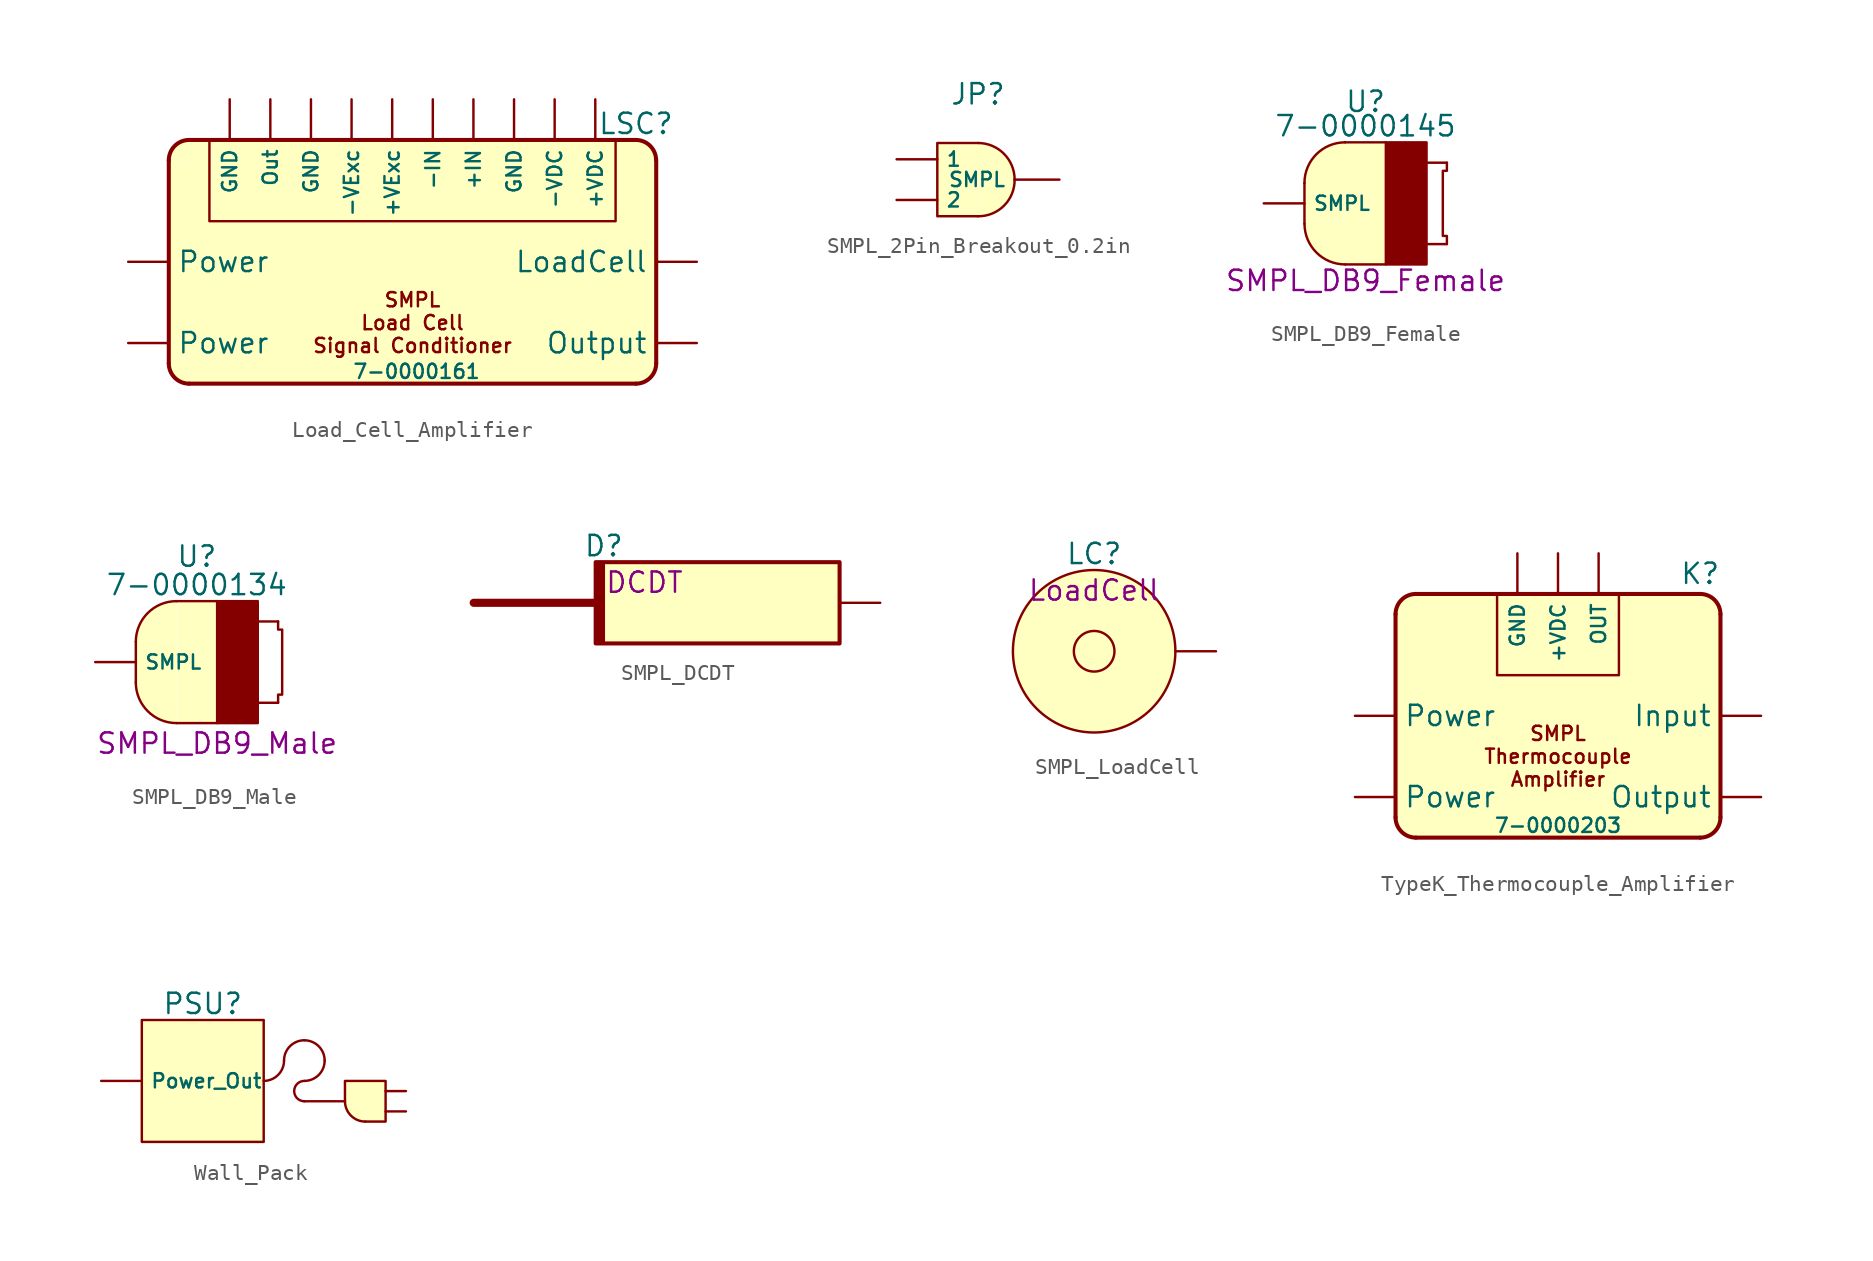
<source format=kicad_sym>
(kicad_symbol_lib
  (version 20231120)
  (generator "kicad_symbol_editor")
  (generator_version "8.0")
  (symbol "Load_Cell_Amplifier"
    (property "Reference" "LSC"
      (at 13.97 8.636 0)
      (effects (font (size 1.27 1.27))))
    (property "Value" "7-0000161"
      (at 0.254 -6.858 0)
      (do_not_autoplace)
      (effects (font (size 0.889 0.889))))
    (symbol "Load_Cell_Amplifier_1_1"
      (arc (start -15.24 -6.35) (mid -14.868 -7.248) (end -13.97 -7.62) (stroke (width 0.254) (type default)) (fill (type background)))
      (rectangle (start -15.24 6.35) (end -13.97 -6.35) (stroke (width -0.0001) (type default) (color 255 255 194 1)) (fill (type background)))
      (arc (start -13.97 7.62) (mid -14.868 7.248) (end -15.24 6.35) (stroke (width 0.254) (type default)) (fill (type background)))
      (rectangle (start -13.97 7.62) (end 13.97 -7.62) (stroke (width -0.0001) (type default) (color 255 255 194 1)) (fill (type background)))
      (polyline (pts (xy -15.24 6.35) (xy -15.24 -6.35)) (stroke (width 0.254) (type default)) (fill (type background)))
      (polyline (pts (xy -13.97 7.62) (xy 13.97 7.62)) (stroke (width 0.254) (type default)) (fill (type background)))
      (polyline (pts (xy 13.97 -7.62) (xy -13.97 -7.62)) (stroke (width 0.254) (type default)) (fill (type none)))
      (polyline (pts (xy 15.24 6.35) (xy 15.24 -6.35)) (stroke (width 0.254) (type default)) (fill (type none)))
      (polyline (pts (xy -12.7 7.62) (xy -12.7 2.54) (xy 12.7 2.54) (xy 12.7 7.62)) (stroke (width 0) (type default)) (fill (type none)))
      (arc (start 13.97 -7.62) (mid 14.868 -7.248) (end 15.24 -6.35) (stroke (width 0.254) (type default)) (fill (type background)))
      (rectangle (start 13.97 6.35) (end 15.24 -6.35) (stroke (width -0.0001) (type default) (color 255 255 194 1)) (fill (type background)))
      (arc (start 15.24 6.35) (mid 14.868 7.248) (end 13.97 7.62) (stroke (width 0.254) (type default)) (fill (type background)))
      (text "SMPL\nLoad Cell\nSignal Conditioner\n" (at 0 -3.81 0) (effects (font (size 0.889 0.889))))
      (pin input line (at 3.81 10.16 270) (length 2.54) (name "+IN" (effects (font (size 0.889 0.889)))) (number "" (effects (font (size 1.27 1.27)))))
      (pin power_in line (at 11.43 10.16 270) (length 2.54) (name "+VDC" (effects (font (size 0.889 0.889)))) (number "" (effects (font (size 1.27 1.27)))))
      (pin output line (at -1.27 10.16 270) (length 2.54) (name "+VExc" (effects (font (size 0.889 0.889)))) (number "" (effects (font (size 1.27 1.27)))))
      (pin input line (at 1.27 10.16 270) (length 2.54) (name "-IN" (effects (font (size 0.889 0.889)))) (number "" (effects (font (size 1.27 1.27)))))
      (pin power_in line (at 8.89 10.16 270) (length 2.54) (name "-VDC" (effects (font (size 0.889 0.889)))) (number "" (effects (font (size 1.27 1.27)))))
      (pin output line (at -3.81 10.16 270) (length 2.54) (name "-VExc" (effects (font (size 0.889 0.889)))) (number "" (effects (font (size 1.27 1.27)))))
      (pin power_in line (at -11.43 10.16 270) (length 2.54) (name "GND" (effects (font (size 0.889 0.889)))) (number "" (effects (font (size 1.27 1.27)))))
      (pin power_in line (at -6.35 10.16 270) (length 2.54) (name "GND" (effects (font (size 0.889 0.889)))) (number "" (effects (font (size 1.27 1.27)))))
      (pin power_in line (at 6.35 10.16 270) (length 2.54) (name "GND" (effects (font (size 0.889 0.889)))) (number "" (effects (font (size 1.27 1.27)))))
      (pin input line (at 17.78 0 180) (length 2.54) (name "LoadCell" (effects (font (size 1.27 1.27)))) (number "" (effects (font (size 1.27 1.27)))))
      (pin output line (at -8.89 10.16 270) (length 2.54) (name "Out" (effects (font (size 0.889 0.889)))) (number "" (effects (font (size 1.27 1.27)))))
      (pin output line (at 17.78 -5.08 180) (length 2.54) (name "Output" (effects (font (size 1.27 1.27)))) (number "" (effects (font (size 1.27 1.27)))))
      (pin power_in line (at -17.78 -5.08 0) (length 2.54) (name "Power" (effects (font (size 1.27 1.27)))) (number "" (effects (font (size 1.27 1.27)))))
      (pin power_in line (at -17.78 0 0) (length 2.54) (name "Power" (effects (font (size 1.27 1.27)))) (number "" (effects (font (size 1.27 1.27)))))))
  (symbol "SMPL_2Pin_Breakout_0.2in"
    (property "Reference" "JP"
      (at 0 5.334 0)
      (effects (font (size 1.27 1.27))))
    (symbol "SMPL_2Pin_Breakout_0.2in_1_1"
      (arc (start -0.0002 -2.2858) (mid 1.6246 -1.6247) (end 2.286 0) (stroke (width 0) (type default)) (fill (type background)))
      (polyline (pts (xy 0 -2.286) (xy -2.54 -2.286) (xy -2.54 2.286) (xy 0 2.286)) (stroke (width 0) (type default)) (fill (type background)))
      (arc (start 2.2858 -0.0002) (mid 1.6164 1.6163) (end 0 2.286) (stroke (width 0) (type default)) (fill (type background)))
      (pin bidirectional line (at -5.08 1.27 0) (length 2.54) (name "1" (effects (font (size 0.889 0.889)))) (number "" (effects (font (size 1.27 1.27)))))
      (pin bidirectional line (at -5.08 -1.27 0) (length 2.54) (name "2" (effects (font (size 0.889 0.889)))) (number "" (effects (font (size 1.27 1.27)))))
      (pin bidirectional line (at 5.08 0 180) (length 2.794) (name "SMPL" (effects (font (size 0.889 0.889)))) (number "" (effects (font (size 1.27 1.27)))))))
  (symbol "SMPL_DB9_Female"
    (property "Reference" "U"
      (at 0 6.35 0)
      (effects (font (size 1.27 1.27))))
    (property "Value" "7-0000145"
      (at 0 4.826 0)
      (effects (font (size 1.27 1.27))))
    (property "Description" "SMPL_DB9_Female"
      (at 0 -4.826 0)
      (effects (font (size 1.27 1.27))))
    (symbol "SMPL_DB9_Female_0_1"
      (polyline (pts (xy -3.81 1.27) (xy -3.81 -1.27)) (stroke (width 0) (type default)) (fill (type none)))
      (polyline (pts (xy 1.27 -3.81) (xy -1.27 -3.81)) (stroke (width 0) (type default)) (fill (type none)))
      (polyline (pts (xy 1.27 3.81) (xy -1.27 3.81)) (stroke (width 0) (type default)) (fill (type none)))
      (rectangle (start 1.27 3.81) (end 1.27 3.81) (stroke (width 0) (type default)) (fill (type none))))
    (symbol "SMPL_DB9_Female_1_1"
      (arc (start -3.81 -1.27) (mid -3.0661 -3.0661) (end -1.27 -3.81) (stroke (width 0) (type default)) (fill (type background)))
      (rectangle (start -3.81 1.27) (end -1.27 -1.27) (stroke (width -0.0001) (type default)) (fill (type background)))
      (arc (start -1.27 3.81) (mid -3.0661 3.0661) (end -3.81 1.27) (stroke (width 0) (type default)) (fill (type background)))
      (rectangle (start -1.27 3.81) (end 1.27 -3.81) (stroke (width -0.0001) (type default)) (fill (type background)))
      (polyline (pts (xy 3.81 -2.54) (xy 5.08 -2.54)) (stroke (width 0) (type default)) (fill (type none)))
      (polyline (pts (xy 3.81 2.54) (xy 5.08 2.54)) (stroke (width 0) (type default)) (fill (type none)))
      (polyline (pts (xy 5.08 -2.54) (xy 5.08 -2.032) (xy 4.826 -2.032) (xy 4.826 2.032) (xy 5.08 2.032) (xy 5.08 2.54)) (stroke (width 0) (type default)) (fill (type none)))
      (rectangle (start 1.27 3.81) (end 3.81 -3.81) (stroke (width 0) (type default)) (fill (type outline)))
      (pin bidirectional line (at -6.35 0 0) (length 2.54) (name "SMPL" (effects (font (size 0.889 0.889)))) (number "" (effects (font (size 1.27 1.27)))))))
  (symbol "SMPL_DB9_Male"
    (property "Reference" "U"
      (at 0 6.604 0)
      (effects (font (size 1.27 1.27))))
    (property "Value" "7-0000134"
      (at 0 4.826 0)
      (effects (font (size 1.27 1.27))))
    (property "Description" "SMPL_DB9_Male"
      (at 1.27 -5.08 0)
      (effects (font (size 1.27 1.27))))
    (symbol "SMPL_DB9_Male_0_1"
      (polyline (pts (xy -3.81 1.27) (xy -3.81 -1.27)) (stroke (width 0) (type default)) (fill (type none)))
      (polyline (pts (xy 1.27 -3.81) (xy -1.27 -3.81)) (stroke (width 0) (type default)) (fill (type none)))
      (polyline (pts (xy 1.27 3.81) (xy -1.27 3.81)) (stroke (width 0) (type default)) (fill (type none)))
      (rectangle (start 1.27 3.81) (end 1.27 3.81) (stroke (width 0) (type default)) (fill (type none))))
    (symbol "SMPL_DB9_Male_1_1"
      (arc (start -3.81 -1.27) (mid -3.0661 -3.0661) (end -1.27 -3.81) (stroke (width 0) (type default)) (fill (type background)))
      (rectangle (start -3.81 1.27) (end -1.27 -1.27) (stroke (width -0.0001) (type default)) (fill (type background)))
      (arc (start -1.27 3.81) (mid -3.0661 3.0661) (end -3.81 1.27) (stroke (width 0) (type default)) (fill (type background)))
      (rectangle (start -1.27 3.81) (end 1.27 -3.81) (stroke (width -0.0001) (type default)) (fill (type background)))
      (polyline (pts (xy 3.81 -2.54) (xy 5.08 -2.54)) (stroke (width 0) (type default)) (fill (type none)))
      (polyline (pts (xy 3.81 2.54) (xy 5.08 2.54)) (stroke (width 0) (type default)) (fill (type none)))
      (polyline (pts (xy 5.08 2.54) (xy 5.08 2.032) (xy 5.334 2.032) (xy 5.334 -2.032) (xy 5.08 -2.032) (xy 5.08 -2.54)) (stroke (width 0) (type default)) (fill (type none)))
      (rectangle (start 1.27 3.81) (end 3.81 -3.81) (stroke (width 0) (type default)) (fill (type outline)))
      (pin bidirectional line (at -6.35 0 0) (length 2.54) (name "SMPL" (effects (font (size 0.889 0.889)))) (number "" (effects (font (size 1.27 1.27)))))))
  (symbol "SMPL_DCDT"
    (property "Reference" "D"
      (at -7.112 3.556 0)
      (effects (font (size 1.27 1.27))))
    (property "Description" "DCDT"
      (at -4.572 1.27 0)
      (effects (font (size 1.27 1.27))))
    (symbol "SMPL_DCDT_1_1"
      (rectangle (start -7.62 2.54) (end -7.112 -2.54) (stroke (width 0) (type default)) (fill (type outline)))
      (rectangle (start -7.62 2.54) (end 7.62 -2.54) (stroke (width 0.254) (type default)) (fill (type background)))
      (polyline (pts (xy -7.62 0) (xy -15.24 0)) (stroke (width 0.508) (type default)) (fill (type none)))
      (pin power_out line (at 10.16 0 180) (length 2.54) (name "" (effects (font (size 0.889 0.889)))) (number "" (effects (font (size 1.27 1.27)))))))
  (symbol "SMPL_LoadCell"
    (property "Reference" "LC"
      (at 0 6.096 0)
      (effects (font (size 1.27 1.27))))
    (property "Description" "LoadCell"
      (at 0 3.81 0)
      (effects (font (size 1.27 1.27))))
    (symbol "SMPL_LoadCell_1_1"
      (circle (center 0 0) (radius 1.27) (stroke (width 0) (type default)) (fill (type background)))
      (circle (center 0 0) (radius 5.08) (stroke (width 0) (type default)) (fill (type background)))
      (pin power_out line (at 7.62 0 180) (length 2.54) (name "" (effects (font (size 0.889 0.889)))) (number "" (effects (font (size 1.27 1.27)))))))
  (symbol "TypeK_Thermocouple_Amplifier"
    (property "Reference" "K"
      (at 8.89 8.89 0)
      (effects (font (size 1.27 1.27))))
    (property "Value" "7-0000203"
      (at 0 -6.858 0)
      (effects (font (size 0.889 0.889))))
    (symbol "TypeK_Thermocouple_Amplifier_0_1"
      (rectangle (start 10.16 1.27) (end 10.16 1.27) (stroke (width 0) (type default)) (fill (type none))))
    (symbol "TypeK_Thermocouple_Amplifier_1_1"
      (arc (start -10.16 -6.35) (mid -9.788 -7.248) (end -8.89 -7.62) (stroke (width 0.254) (type default)) (fill (type background)))
      (rectangle (start -10.16 6.35) (end -8.89 -6.35) (stroke (width -0.0001) (type default) (color 255 255 194 1)) (fill (type background)))
      (arc (start -8.89 7.62) (mid -9.788 7.248) (end -10.16 6.35) (stroke (width 0.254) (type default)) (fill (type background)))
      (rectangle (start -8.89 7.62) (end 8.89 -7.62) (stroke (width -0.0001) (type default)) (fill (type background)))
      (polyline (pts (xy -10.16 6.35) (xy -10.16 -6.35)) (stroke (width 0.254) (type default)) (fill (type background)))
      (polyline (pts (xy -8.89 -7.62) (xy 8.89 -7.62)) (stroke (width 0.254) (type default)) (fill (type background)))
      (polyline (pts (xy -8.89 7.62) (xy 8.89 7.62)) (stroke (width 0.254) (type default)) (fill (type background)))
      (polyline (pts (xy 10.16 6.35) (xy 10.16 -6.35)) (stroke (width 0.254) (type default)) (fill (type none)))
      (polyline (pts (xy -3.81 7.62) (xy -3.81 2.54) (xy 3.81 2.54) (xy 3.81 7.62)) (stroke (width 0) (type default)) (fill (type none)))
      (arc (start 8.89 -7.62) (mid 9.788 -7.248) (end 10.16 -6.35) (stroke (width 0.254) (type default)) (fill (type background)))
      (rectangle (start 8.89 6.35) (end 10.16 -6.35) (stroke (width -0.0001) (type default) (color 255 255 194 1)) (fill (type background)))
      (arc (start 10.16 6.35) (mid 9.788 7.248) (end 8.89 7.62) (stroke (width 0.254) (type default)) (fill (type background)))
      (text "SMPL\nThermocouple\nAmplifier" (at 0 -2.54 0) (effects (font (size 0.889 0.889))))
      (pin output line (at 0 10.16 270) (length 2.54) (name "+VDC" (effects (font (size 0.889 0.889)))) (number "" (effects (font (size 1.27 1.27)))))
      (pin power_in line (at -2.54 10.16 270) (length 2.54) (name "GND" (effects (font (size 0.889 0.889)))) (number "" (effects (font (size 1.27 1.27)))))
      (pin input line (at 12.7 0 180) (length 2.54) (name "Input" (effects (font (size 1.27 1.27)))) (number "" (effects (font (size 1.27 1.27)))))
      (pin power_in line (at 2.54 10.16 270) (length 2.54) (name "OUT" (effects (font (size 0.889 0.889)))) (number "" (effects (font (size 1.27 1.27)))))
      (pin output line (at 12.7 -5.08 180) (length 2.54) (name "Output" (effects (font (size 1.27 1.27)))) (number "" (effects (font (size 1.27 1.27)))))
      (pin power_in line (at -12.7 -5.08 0) (length 2.54) (name "Power" (effects (font (size 1.27 1.27)))) (number "" (effects (font (size 1.27 1.27)))))
      (pin power_in line (at -12.7 0 0) (length 2.54) (name "Power" (effects (font (size 1.27 1.27)))) (number "" (effects (font (size 1.27 1.27)))))))
  (symbol "Wall_Pack"
    (property "Reference" "PSU"
      (at 0 4.826 0)
      (effects (font (size 1.27 1.27))))
    (property "Value" ""
      (at 0 4.826 0)
      (effects (font (size 1.27 1.27))))
    (symbol "Wall_Pack_0_1"
      (polyline (pts (xy 6.35 -1.27) (xy 8.89 -1.27)) (stroke (width 0) (type default)) (fill (type none)))
      (polyline (pts (xy 11.43 -1.905) (xy 12.7 -1.905)) (stroke (width 0) (type default)) (fill (type none)))
      (polyline (pts (xy 11.43 -0.635) (xy 12.7 -0.635)) (stroke (width 0) (type default)) (fill (type none)))
      (polyline (pts (xy 8.89 -1.27) (xy 8.89 0) (xy 11.43 0) (xy 11.43 -2.54) (xy 10.16 -2.54)) (stroke (width 0) (type default)) (fill (type none)))
      (arc (start 3.81 0) (mid 4.708 0.372) (end 5.08 1.27) (stroke (width 0) (type default)) (fill (type none)))
      (arc (start 6.35 0) (mid 5.715 -0.635) (end 6.35 -1.27) (stroke (width 0) (type default)) (fill (type none)))
      (arc (start 6.35 0) (mid 7.248 0.372) (end 7.62 1.27) (stroke (width 0) (type default)) (fill (type none)))
      (arc (start 6.35 2.54) (mid 5.452 2.168) (end 5.08 1.27) (stroke (width 0) (type default)) (fill (type none)))
      (arc (start 7.62 1.27) (mid 7.248 2.168) (end 6.35 2.54) (stroke (width 0) (type default)) (fill (type none))))
    (symbol "Wall_Pack_1_1"
      (rectangle (start -3.81 3.81) (end 3.81 -3.81) (stroke (width 0) (type default)) (fill (type background)))
      (arc (start 8.89 -1.27) (mid 9.262 -2.168) (end 10.16 -2.54) (stroke (width 0) (type default)) (fill (type background)))
      (rectangle (start 8.89 0) (end 10.16 -1.27) (stroke (width -0.0001) (type default)) (fill (type background)))
      (rectangle (start 10.16 0) (end 11.43 -2.54) (stroke (width -0.0001) (type default)) (fill (type background)))
      (pin power_out line (at -6.35 0 0) (length 2.54) (name "Power_Out" (effects (font (size 0.889 0.889)))) (number "" (effects (font (size 1.27 1.27))))))))
</source>
